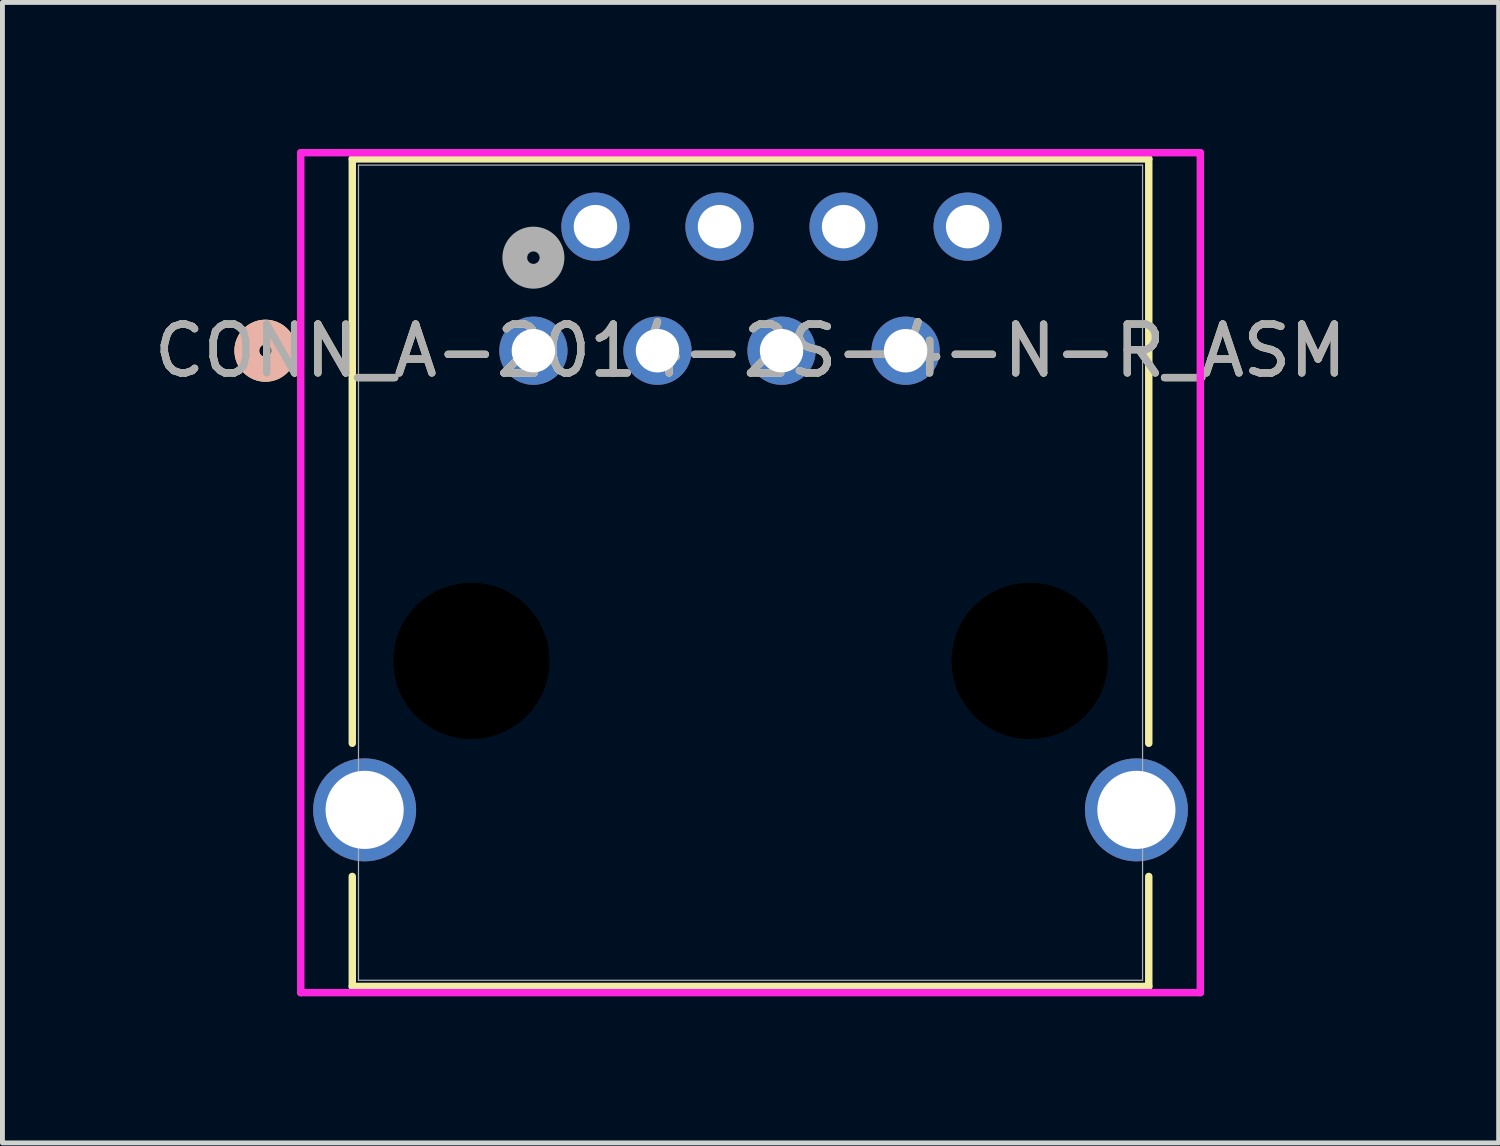
<source format=kicad_pcb>
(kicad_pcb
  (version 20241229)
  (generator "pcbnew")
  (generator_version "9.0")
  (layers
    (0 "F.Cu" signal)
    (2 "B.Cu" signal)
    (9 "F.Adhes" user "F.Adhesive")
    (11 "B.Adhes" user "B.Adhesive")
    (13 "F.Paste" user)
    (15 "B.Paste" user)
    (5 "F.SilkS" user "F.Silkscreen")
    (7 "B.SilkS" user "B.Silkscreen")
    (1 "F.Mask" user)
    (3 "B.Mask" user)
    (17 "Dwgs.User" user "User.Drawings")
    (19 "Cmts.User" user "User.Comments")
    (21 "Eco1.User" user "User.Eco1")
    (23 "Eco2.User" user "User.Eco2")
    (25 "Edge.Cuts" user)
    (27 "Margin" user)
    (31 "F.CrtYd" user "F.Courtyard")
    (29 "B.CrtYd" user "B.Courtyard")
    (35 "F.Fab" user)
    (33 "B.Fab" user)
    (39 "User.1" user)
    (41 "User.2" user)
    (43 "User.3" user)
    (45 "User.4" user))
  (footprint "CONN_A-2014-2S-4-N-R_ASM"
    (layer "F.Cu")
    (at 7.87 4.13)
    (property "Reference" "CONN_A-2014-2S-4-N-R_ASM" (at 4.445 0 0) (unlocked yes) (layer "F.SilkS") (effects (font (size 1 1) (thickness 0.15))))
    (attr through_hole)
    (fp_line (start -3.708 -3.927) (end -3.708 8.037) (stroke (width 0.152) (type solid)) (layer "F.SilkS"))
    (fp_line (start -3.708 10.763) (end -3.708 13.015) (stroke (width 0.152) (type solid)) (layer "F.SilkS"))
    (fp_line (start -3.708 13.015) (end 12.598 13.015) (stroke (width 0.152) (type solid)) (layer "F.SilkS"))
    (fp_line (start 12.598 -3.927) (end -3.708 -3.927) (stroke (width 0.152) (type solid)) (layer "F.SilkS"))
    (fp_line (start 12.598 8.037) (end 12.598 -3.927) (stroke (width 0.152) (type solid)) (layer "F.SilkS"))
    (fp_line (start 12.598 13.015) (end 12.598 10.763) (stroke (width 0.152) (type solid)) (layer "F.SilkS"))
    (fp_circle (center -5.486 0) (end -5.105 0) (stroke (width 0.508) (type solid)) (fill no) (layer "F.SilkS"))
    (fp_circle (center -5.486 0) (end -5.105 0) (stroke (width 0.508) (type solid)) (fill no) (layer "B.SilkS"))
    (fp_line (start -4.763 -4.054) (end -4.763 13.142) (stroke (width 0.152) (type solid)) (layer "F.CrtYd"))
    (fp_line (start -4.763 13.142) (end 13.653 13.142) (stroke (width 0.152) (type solid)) (layer "F.CrtYd"))
    (fp_line (start 13.653 -4.054) (end -4.763 -4.054) (stroke (width 0.152) (type solid)) (layer "F.CrtYd"))
    (fp_line (start 13.653 13.142) (end 13.653 -4.054) (stroke (width 0.152) (type solid)) (layer "F.CrtYd"))
    (fp_line (start -3.581 -3.8) (end -3.581 12.888) (stroke (width 0.025) (type solid)) (layer "F.Fab"))
    (fp_line (start -3.581 12.888) (end 12.471 12.888) (stroke (width 0.025) (type solid)) (layer "F.Fab"))
    (fp_line (start 12.471 -3.8) (end -3.581 -3.8) (stroke (width 0.025) (type solid)) (layer "F.Fab"))
    (fp_line (start 12.471 12.888) (end 12.471 -3.8) (stroke (width 0.025) (type solid)) (layer "F.Fab"))
    (fp_circle (center 0 -1.905) (end 0.381 -1.905) (stroke (width 0.508) (type solid)) (fill no) (layer "F.Fab"))
    (fp_text user "${REFERENCE}" (at 4.445 0 0) (unlocked yes) (layer "F.Fab") (effects (font (size 1 1) (thickness 0.15))))
    (pad "" np_thru_hole circle (at -1.27 6.35) (size 3.2 3.2) (drill 3.2) (layers))
    (pad "" np_thru_hole circle (at 10.16 6.35) (size 3.2 3.2) (drill 3.2) (layers))
    (pad "1" thru_hole circle (at 0 0) (size 1.397 1.397) (drill 0.889) (layers "*.Cu" "*.Mask"))
    (pad "2" thru_hole circle (at 1.27 -2.54) (size 1.397 1.397) (drill 0.889) (layers "*.Cu" "*.Mask"))
    (pad "3" thru_hole circle (at 2.54 0) (size 1.397 1.397) (drill 0.889) (layers "*.Cu" "*.Mask"))
    (pad "4" thru_hole circle (at 3.81 -2.54) (size 1.397 1.397) (drill 0.889) (layers "*.Cu" "*.Mask"))
    (pad "5" thru_hole circle (at 5.08 0) (size 1.397 1.397) (drill 0.889) (layers "*.Cu" "*.Mask"))
    (pad "6" thru_hole circle (at 6.35 -2.54) (size 1.397 1.397) (drill 0.889) (layers "*.Cu" "*.Mask"))
    (pad "7" thru_hole circle (at 7.62 0) (size 1.397 1.397) (drill 0.889) (layers "*.Cu" "*.Mask"))
    (pad "8" thru_hole circle (at 8.89 -2.54) (size 1.397 1.397) (drill 0.889) (layers "*.Cu" "*.Mask"))
    (pad "11" thru_hole circle (at -3.455 9.4) (size 2.108 2.108) (drill 1.6) (layers "*.Cu" "*.Mask"))
    (pad "12" thru_hole circle (at 12.345 9.4) (size 2.108 2.108) (drill 1.6) (layers "*.Cu" "*.Mask")))
  (gr_rect
    (start -3 -3)
    (end 27.631 20.348)
    (stroke (width 0.1) (type default))
    (fill no)
    (layer "Edge.Cuts")))
</source>
